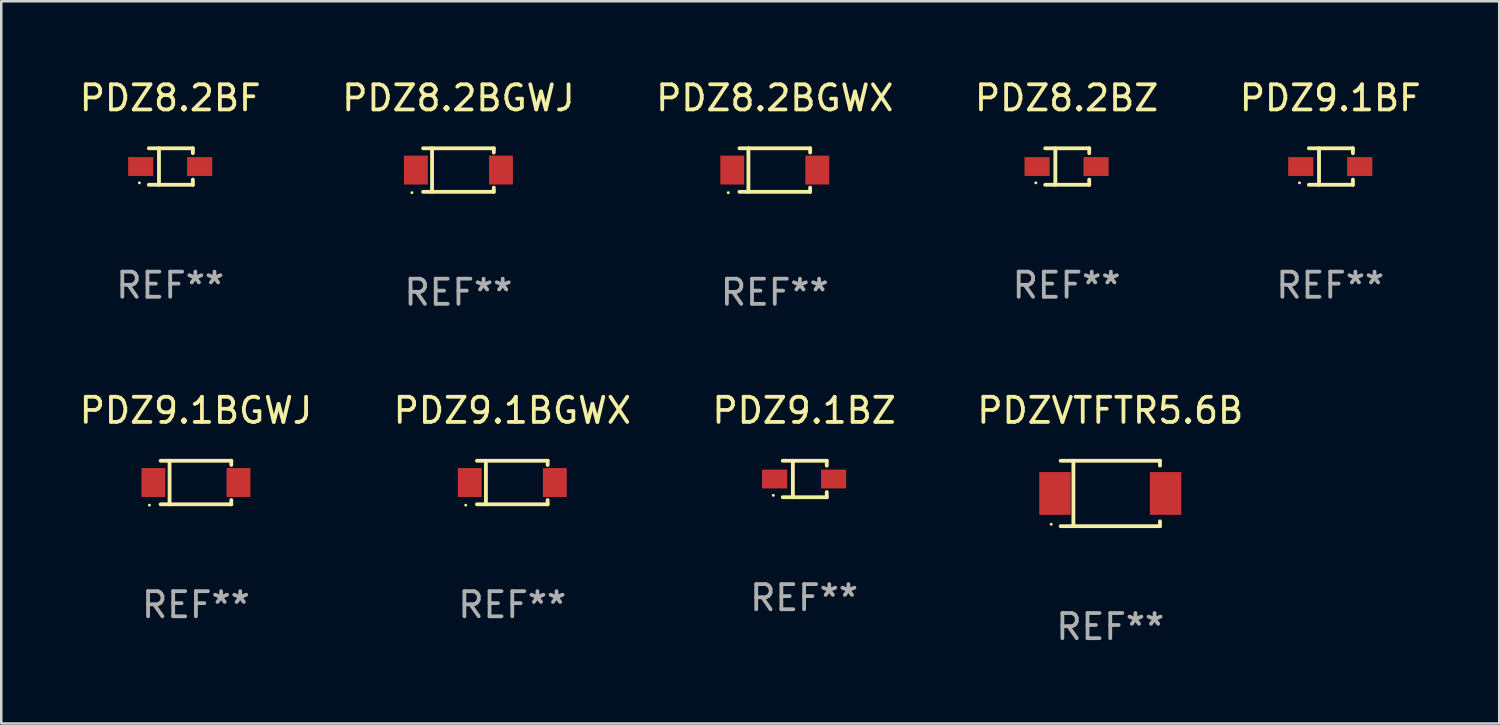
<source format=kicad_pcb>
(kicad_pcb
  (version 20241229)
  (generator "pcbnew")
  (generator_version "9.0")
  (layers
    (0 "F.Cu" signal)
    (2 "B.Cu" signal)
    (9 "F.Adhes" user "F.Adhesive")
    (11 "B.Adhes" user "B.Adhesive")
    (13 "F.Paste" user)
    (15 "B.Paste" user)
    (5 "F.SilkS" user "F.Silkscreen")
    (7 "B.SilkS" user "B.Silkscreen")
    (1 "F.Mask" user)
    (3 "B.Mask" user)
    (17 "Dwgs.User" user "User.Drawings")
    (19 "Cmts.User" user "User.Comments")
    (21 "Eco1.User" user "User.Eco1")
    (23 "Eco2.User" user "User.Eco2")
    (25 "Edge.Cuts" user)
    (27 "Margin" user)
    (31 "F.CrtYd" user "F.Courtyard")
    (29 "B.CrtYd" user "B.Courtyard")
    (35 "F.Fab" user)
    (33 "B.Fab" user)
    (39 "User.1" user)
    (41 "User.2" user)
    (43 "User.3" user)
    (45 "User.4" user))
  (footprint "PDZ9.1BGWJ"
    (layer "F.Cu")
    (at 4.744 16.143)
    (property "Reference" "PDZ9.1BGWJ" (at 0 -2.866 0) (layer "F.SilkS") (effects (font (size 1 1) (thickness 0.15))))
    (attr through_hole)
    (fp_line (start -1.406 -0.866) (end 1.406 -0.866) (stroke (width 0.152) (type solid)) (layer "F.SilkS"))
    (fp_line (start -1.406 0.866) (end 1.406 0.866) (stroke (width 0.152) (type solid)) (layer "F.SilkS"))
    (fp_line (start -1.049 -0.866) (end -1.049 0.866) (stroke (width 0.152) (type solid)) (layer "F.SilkS"))
    (fp_line (start 1.406 -0.866) (end 1.406 -0.698) (stroke (width 0.152) (type solid)) (layer "F.SilkS"))
    (fp_line (start 1.406 0.866) (end 1.406 0.698) (stroke (width 0.152) (type solid)) (layer "F.SilkS"))
    (fp_circle (center -1.851 0.9) (end -1.821 0.9) (stroke (width 0.06) (type solid)) (fill no) (layer "F.SilkS"))
    (fp_text user "REF**" (at 0 4.866 0) (layer "F.Fab") (effects (font (size 1 1) (thickness 0.15))))
    (pad "1" smd rect (at -1.692 0) (size 0.95 1.15) (layers "F.Cu" "F.Mask" "F.Paste"))
    (pad "2" smd rect (at 1.692 0) (size 0.95 1.15) (layers "F.Cu" "F.Mask" "F.Paste")))
  (footprint "PDZ9.1BGWX"
    (layer "F.Cu")
    (at 17.327 16.143)
    (property "Reference" "PDZ9.1BGWX" (at 0 -2.866 0) (layer "F.SilkS") (effects (font (size 1 1) (thickness 0.15))))
    (attr through_hole)
    (fp_line (start -1.406 -0.866) (end 1.406 -0.866) (stroke (width 0.152) (type solid)) (layer "F.SilkS"))
    (fp_line (start -1.406 0.866) (end 1.406 0.866) (stroke (width 0.152) (type solid)) (layer "F.SilkS"))
    (fp_line (start -1.049 -0.866) (end -1.049 0.866) (stroke (width 0.152) (type solid)) (layer "F.SilkS"))
    (fp_line (start 1.406 -0.866) (end 1.406 -0.698) (stroke (width 0.152) (type solid)) (layer "F.SilkS"))
    (fp_line (start 1.406 0.866) (end 1.406 0.698) (stroke (width 0.152) (type solid)) (layer "F.SilkS"))
    (fp_circle (center -1.851 0.9) (end -1.821 0.9) (stroke (width 0.06) (type solid)) (fill no) (layer "F.SilkS"))
    (fp_text user "REF**" (at 0 4.866 0) (layer "F.Fab") (effects (font (size 1 1) (thickness 0.15))))
    (pad "1" smd rect (at -1.692 0) (size 0.95 1.15) (layers "F.Cu" "F.Mask" "F.Paste"))
    (pad "2" smd rect (at 1.692 0) (size 0.95 1.15) (layers "F.Cu" "F.Mask" "F.Paste")))
  (footprint "PDZVTFTR5.6B"
    (layer "F.Cu")
    (at 41.113 16.578)
    (property "Reference" "PDZVTFTR5.6B" (at 0 -3.301 0) (layer "F.SilkS") (effects (font (size 1 1) (thickness 0.15))))
    (attr through_hole)
    (fp_line (start -1.976 -1.301) (end 1.976 -1.301) (stroke (width 0.152) (type solid)) (layer "F.SilkS"))
    (fp_line (start -1.976 1.301) (end 1.976 1.301) (stroke (width 0.152) (type solid)) (layer "F.SilkS"))
    (fp_line (start -1.467 -1.301) (end -1.467 1.301) (stroke (width 0.152) (type solid)) (layer "F.SilkS"))
    (fp_line (start 1.976 -1.301) (end 1.976 -1.108) (stroke (width 0.152) (type solid)) (layer "F.SilkS"))
    (fp_line (start 1.976 1.301) (end 1.976 1.108) (stroke (width 0.152) (type solid)) (layer "F.SilkS"))
    (fp_circle (center -2.35 1.225) (end -2.32 1.225) (stroke (width 0.06) (type solid)) (fill no) (layer "F.SilkS"))
    (fp_text user "REF**" (at 0 5.301 0) (layer "F.Fab") (effects (font (size 1 1) (thickness 0.15))))
    (pad "1" smd rect (at -2.2 0 180) (size 1.25 1.7) (layers "F.Cu" "F.Mask" "F.Paste"))
    (pad "2" smd rect (at 2.2 0 180) (size 1.25 1.7) (layers "F.Cu" "F.Mask" "F.Paste")))
  (footprint "PDZ8.2BZ"
    (layer "F.Cu")
    (at 39.375 3.574)
    (property "Reference" "PDZ8.2BZ" (at 0 -2.726 0) (layer "F.SilkS") (effects (font (size 1 1) (thickness 0.15))))
    (attr through_hole)
    (fp_line (start -0.851 -0.726) (end 0.901 -0.726) (stroke (width 0.152) (type solid)) (layer "F.SilkS"))
    (fp_line (start -0.851 0.726) (end 0.901 0.726) (stroke (width 0.152) (type solid)) (layer "F.SilkS"))
    (fp_line (start -0.447 -0.726) (end -0.447 0.726) (stroke (width 0.152) (type solid)) (layer "F.SilkS"))
    (fp_line (start 0.901 -0.726) (end 0.901 -0.53) (stroke (width 0.152) (type solid)) (layer "F.SilkS"))
    (fp_line (start 0.901 0.726) (end 0.901 0.52) (stroke (width 0.152) (type solid)) (layer "F.SilkS"))
    (fp_circle (center -1.225 0.65) (end -1.195 0.65) (stroke (width 0.06) (type solid)) (fill no) (layer "F.SilkS"))
    (fp_text user "REF**" (at 0 4.726 0) (layer "F.Fab") (effects (font (size 1 1) (thickness 0.15))))
    (pad "1" smd rect (at -1.173 0) (size 1 0.75) (layers "F.Cu" "F.Mask" "F.Paste"))
    (pad "2" smd rect (at 1.173 0) (size 1 0.75) (layers "F.Cu" "F.Mask" "F.Paste")))
  (footprint "PDZ8.2BF"
    (layer "F.Cu")
    (at 3.72 3.574)
    (property "Reference" "PDZ8.2BF" (at 0 -2.726 0) (layer "F.SilkS") (effects (font (size 1 1) (thickness 0.15))))
    (attr through_hole)
    (fp_line (start -0.851 -0.726) (end 0.901 -0.726) (stroke (width 0.152) (type solid)) (layer "F.SilkS"))
    (fp_line (start -0.851 0.726) (end 0.901 0.726) (stroke (width 0.152) (type solid)) (layer "F.SilkS"))
    (fp_line (start -0.447 -0.726) (end -0.447 0.726) (stroke (width 0.152) (type solid)) (layer "F.SilkS"))
    (fp_line (start 0.901 -0.726) (end 0.901 -0.53) (stroke (width 0.152) (type solid)) (layer "F.SilkS"))
    (fp_line (start 0.901 0.726) (end 0.901 0.52) (stroke (width 0.152) (type solid)) (layer "F.SilkS"))
    (fp_circle (center -1.225 0.65) (end -1.195 0.65) (stroke (width 0.06) (type solid)) (fill no) (layer "F.SilkS"))
    (fp_text user "REF**" (at 0 4.726 0) (layer "F.Fab") (effects (font (size 1 1) (thickness 0.15))))
    (pad "1" smd rect (at -1.173 0) (size 1 0.75) (layers "F.Cu" "F.Mask" "F.Paste"))
    (pad "2" smd rect (at 1.173 0) (size 1 0.75) (layers "F.Cu" "F.Mask" "F.Paste")))
  (footprint "PDZ9.1BZ"
    (layer "F.Cu")
    (at 28.935 16.003)
    (property "Reference" "PDZ9.1BZ" (at 0 -2.726 0) (layer "F.SilkS") (effects (font (size 1 1) (thickness 0.15))))
    (attr through_hole)
    (fp_line (start -0.851 -0.726) (end 0.901 -0.726) (stroke (width 0.152) (type solid)) (layer "F.SilkS"))
    (fp_line (start -0.851 0.726) (end 0.901 0.726) (stroke (width 0.152) (type solid)) (layer "F.SilkS"))
    (fp_line (start -0.447 -0.726) (end -0.447 0.726) (stroke (width 0.152) (type solid)) (layer "F.SilkS"))
    (fp_line (start 0.901 -0.726) (end 0.901 -0.53) (stroke (width 0.152) (type solid)) (layer "F.SilkS"))
    (fp_line (start 0.901 0.726) (end 0.901 0.52) (stroke (width 0.152) (type solid)) (layer "F.SilkS"))
    (fp_circle (center -1.225 0.65) (end -1.195 0.65) (stroke (width 0.06) (type solid)) (fill no) (layer "F.SilkS"))
    (fp_text user "REF**" (at 0 4.726 0) (layer "F.Fab") (effects (font (size 1 1) (thickness 0.15))))
    (pad "1" smd rect (at -1.173 0) (size 1 0.75) (layers "F.Cu" "F.Mask" "F.Paste"))
    (pad "2" smd rect (at 1.173 0) (size 1 0.75) (layers "F.Cu" "F.Mask" "F.Paste")))
  (footprint "PDZ8.2BGWJ"
    (layer "F.Cu")
    (at 15.185 3.714)
    (property "Reference" "PDZ8.2BGWJ" (at 0 -2.866 0) (layer "F.SilkS") (effects (font (size 1 1) (thickness 0.15))))
    (attr through_hole)
    (fp_line (start -1.406 -0.866) (end 1.406 -0.866) (stroke (width 0.152) (type solid)) (layer "F.SilkS"))
    (fp_line (start -1.406 0.866) (end 1.406 0.866) (stroke (width 0.152) (type solid)) (layer "F.SilkS"))
    (fp_line (start -1.049 -0.866) (end -1.049 0.866) (stroke (width 0.152) (type solid)) (layer "F.SilkS"))
    (fp_line (start 1.406 -0.866) (end 1.406 -0.698) (stroke (width 0.152) (type solid)) (layer "F.SilkS"))
    (fp_line (start 1.406 0.866) (end 1.406 0.698) (stroke (width 0.152) (type solid)) (layer "F.SilkS"))
    (fp_circle (center -1.851 0.9) (end -1.821 0.9) (stroke (width 0.06) (type solid)) (fill no) (layer "F.SilkS"))
    (fp_text user "REF**" (at 0 4.866 0) (layer "F.Fab") (effects (font (size 1 1) (thickness 0.15))))
    (pad "1" smd rect (at -1.692 0) (size 0.95 1.15) (layers "F.Cu" "F.Mask" "F.Paste"))
    (pad "2" smd rect (at 1.692 0) (size 0.95 1.15) (layers "F.Cu" "F.Mask" "F.Paste")))
  (footprint "PDZ9.1BF"
    (layer "F.Cu")
    (at 49.863 3.574)
    (property "Reference" "PDZ9.1BF" (at 0 -2.726 0) (layer "F.SilkS") (effects (font (size 1 1) (thickness 0.15))))
    (attr through_hole)
    (fp_line (start -0.851 -0.726) (end 0.901 -0.726) (stroke (width 0.152) (type solid)) (layer "F.SilkS"))
    (fp_line (start -0.851 0.726) (end 0.901 0.726) (stroke (width 0.152) (type solid)) (layer "F.SilkS"))
    (fp_line (start -0.447 -0.726) (end -0.447 0.726) (stroke (width 0.152) (type solid)) (layer "F.SilkS"))
    (fp_line (start 0.901 -0.726) (end 0.901 -0.53) (stroke (width 0.152) (type solid)) (layer "F.SilkS"))
    (fp_line (start 0.901 0.726) (end 0.901 0.52) (stroke (width 0.152) (type solid)) (layer "F.SilkS"))
    (fp_circle (center -1.225 0.65) (end -1.195 0.65) (stroke (width 0.06) (type solid)) (fill no) (layer "F.SilkS"))
    (fp_text user "REF**" (at 0 4.726 0) (layer "F.Fab") (effects (font (size 1 1) (thickness 0.15))))
    (pad "1" smd rect (at -1.173 0) (size 1 0.75) (layers "F.Cu" "F.Mask" "F.Paste"))
    (pad "2" smd rect (at 1.173 0) (size 1 0.75) (layers "F.Cu" "F.Mask" "F.Paste")))
  (footprint "PDZ8.2BGWX"
    (layer "F.Cu")
    (at 27.768 3.714)
    (property "Reference" "PDZ8.2BGWX" (at 0 -2.866 0) (layer "F.SilkS") (effects (font (size 1 1) (thickness 0.15))))
    (attr through_hole)
    (fp_line (start -1.406 -0.866) (end 1.406 -0.866) (stroke (width 0.152) (type solid)) (layer "F.SilkS"))
    (fp_line (start -1.406 0.866) (end 1.406 0.866) (stroke (width 0.152) (type solid)) (layer "F.SilkS"))
    (fp_line (start -1.049 -0.866) (end -1.049 0.866) (stroke (width 0.152) (type solid)) (layer "F.SilkS"))
    (fp_line (start 1.406 -0.866) (end 1.406 -0.698) (stroke (width 0.152) (type solid)) (layer "F.SilkS"))
    (fp_line (start 1.406 0.866) (end 1.406 0.698) (stroke (width 0.152) (type solid)) (layer "F.SilkS"))
    (fp_circle (center -1.851 0.9) (end -1.821 0.9) (stroke (width 0.06) (type solid)) (fill no) (layer "F.SilkS"))
    (fp_text user "REF**" (at 0 4.866 0) (layer "F.Fab") (effects (font (size 1 1) (thickness 0.15))))
    (pad "1" smd rect (at -1.692 0) (size 0.95 1.15) (layers "F.Cu" "F.Mask" "F.Paste"))
    (pad "2" smd rect (at 1.692 0) (size 0.95 1.15) (layers "F.Cu" "F.Mask" "F.Paste")))
  (gr_rect
    (start -3 -3)
    (end 56.583 25.728)
    (stroke (width 0.1) (type default))
    (fill no)
    (layer "Edge.Cuts")))
</source>
